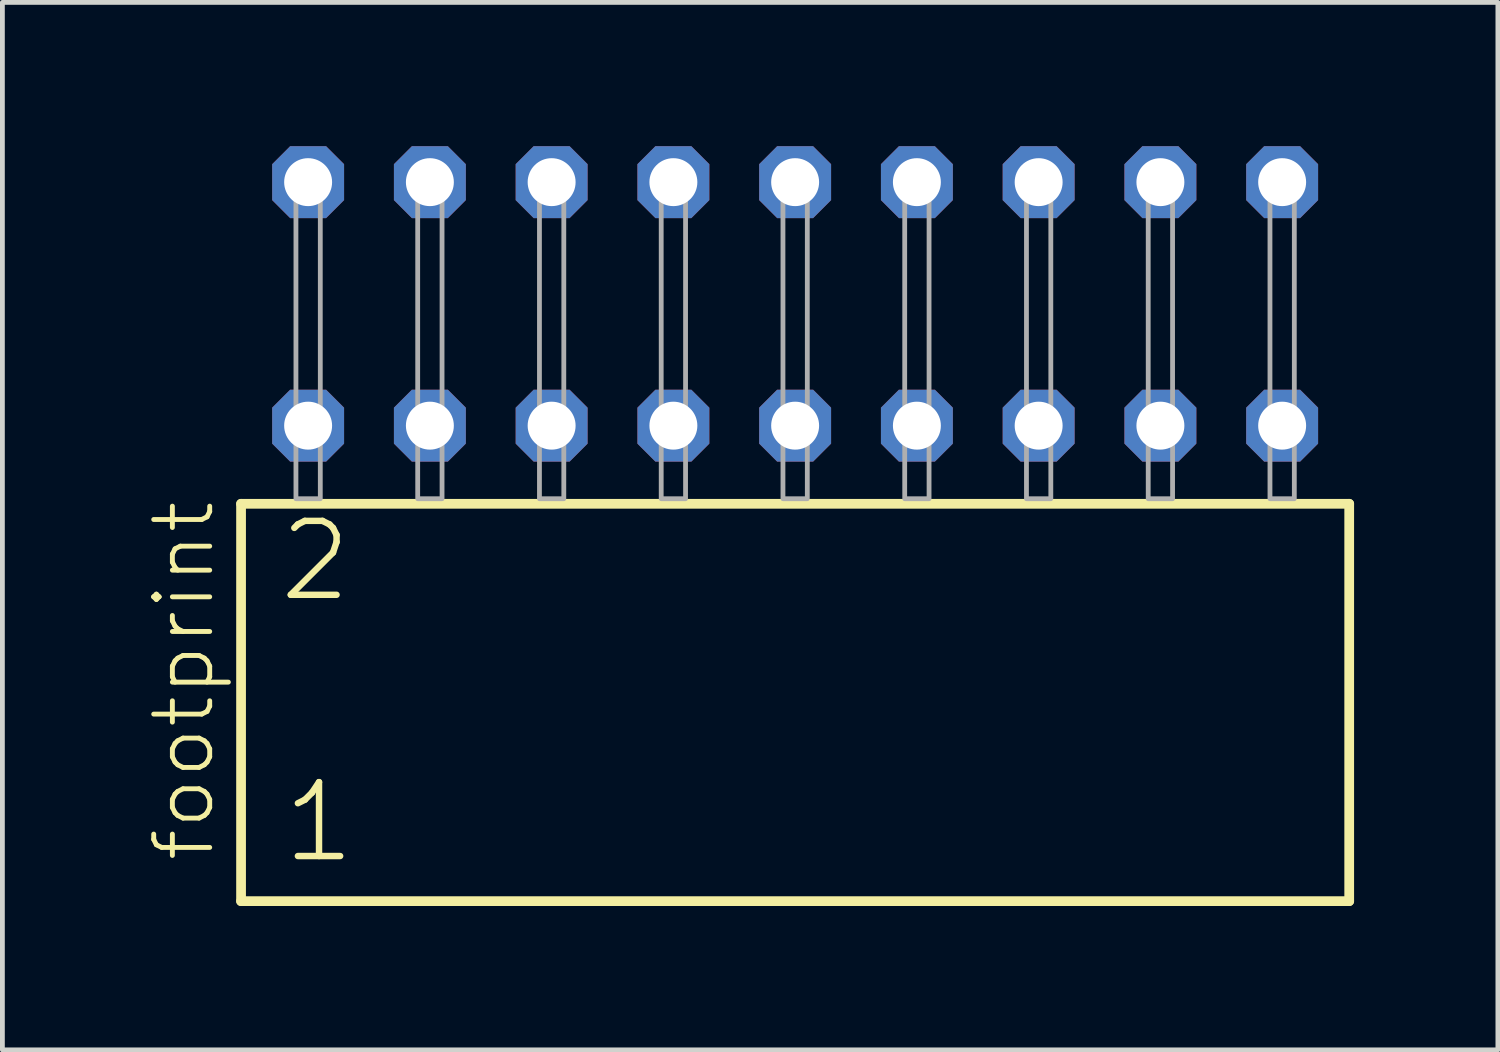
<source format=kicad_pcb>
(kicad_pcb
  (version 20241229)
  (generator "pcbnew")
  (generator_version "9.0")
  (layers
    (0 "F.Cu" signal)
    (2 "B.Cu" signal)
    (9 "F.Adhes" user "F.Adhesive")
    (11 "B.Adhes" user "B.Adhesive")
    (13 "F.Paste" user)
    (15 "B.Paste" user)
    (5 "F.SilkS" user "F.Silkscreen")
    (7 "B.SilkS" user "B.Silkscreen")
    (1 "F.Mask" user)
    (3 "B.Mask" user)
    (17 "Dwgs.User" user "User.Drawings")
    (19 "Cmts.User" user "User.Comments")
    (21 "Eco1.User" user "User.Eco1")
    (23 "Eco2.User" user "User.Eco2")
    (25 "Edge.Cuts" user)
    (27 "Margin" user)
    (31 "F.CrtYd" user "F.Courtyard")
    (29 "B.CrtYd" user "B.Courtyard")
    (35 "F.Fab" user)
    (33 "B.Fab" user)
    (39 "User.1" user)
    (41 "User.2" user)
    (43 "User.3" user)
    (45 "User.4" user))
  (footprint "footprint"
    (layer "F.Cu")
    (at 13.538 7.354)
    (property "Reference" "footprint" (at -12.065 7.62 90) (layer "F.SilkS") (effects (font (size 1.168 1.168) (thickness 0.102)) (justify left bottom)))
    (fp_line (start -11.559 0.106) (end -11.559 8.396) (stroke (width 0.203) (type solid)) (layer "F.SilkS"))
    (fp_line (start -11.559 8.396) (end 11.559 8.396) (stroke (width 0.203) (type solid)) (layer "F.SilkS"))
    (fp_line (start 11.559 0.106) (end -11.559 0.106) (stroke (width 0.203) (type solid)) (layer "F.SilkS"))
    (fp_line (start 11.559 8.396) (end 11.559 0.106) (stroke (width 0.203) (type solid)) (layer "F.SilkS"))
    (fp_poly (pts (xy -10.414 0) (xy -9.906 0) (xy -9.906 -6.858) (xy -10.414 -6.858)) (stroke (width 0.1) (type solid)) (fill no) (layer "F.Fab"))
    (fp_poly (pts (xy -7.874 0) (xy -7.366 0) (xy -7.366 -6.858) (xy -7.874 -6.858)) (stroke (width 0.1) (type solid)) (fill no) (layer "F.Fab"))
    (fp_poly (pts (xy -5.334 0) (xy -4.826 0) (xy -4.826 -6.858) (xy -5.334 -6.858)) (stroke (width 0.1) (type solid)) (fill no) (layer "F.Fab"))
    (fp_poly (pts (xy -2.794 0) (xy -2.286 0) (xy -2.286 -6.858) (xy -2.794 -6.858)) (stroke (width 0.1) (type solid)) (fill no) (layer "F.Fab"))
    (fp_poly (pts (xy -0.254 0) (xy 0.254 0) (xy 0.254 -6.858) (xy -0.254 -6.858)) (stroke (width 0.1) (type solid)) (fill no) (layer "F.Fab"))
    (fp_poly (pts (xy 2.286 0) (xy 2.794 0) (xy 2.794 -6.858) (xy 2.286 -6.858)) (stroke (width 0.1) (type solid)) (fill no) (layer "F.Fab"))
    (fp_poly (pts (xy 4.826 0) (xy 5.334 0) (xy 5.334 -6.858) (xy 4.826 -6.858)) (stroke (width 0.1) (type solid)) (fill no) (layer "F.Fab"))
    (fp_poly (pts (xy 7.366 0) (xy 7.874 0) (xy 7.874 -6.858) (xy 7.366 -6.858)) (stroke (width 0.1) (type solid)) (fill no) (layer "F.Fab"))
    (fp_poly (pts (xy 9.906 0) (xy 10.414 0) (xy 10.414 -6.858) (xy 9.906 -6.858)) (stroke (width 0.1) (type solid)) (fill no) (layer "F.Fab"))
    (fp_text user "1" (at -10.755 7.65 0) (layer "F.SilkS") (effects (font (size 1.542 1.542) (thickness 0.134)) (justify left bottom)))
    (fp_text user "2" (at -10.83 2.2 0) (layer "F.SilkS") (effects (font (size 1.542 1.542) (thickness 0.134)) (justify left bottom)))
    (pad "1" thru_hole roundrect (at -10.16 -1.524) (size 1.5 1.5) (drill 1) (layers "*.Cu" "*.Mask") (roundrect_rratio 0.25) (chamfer_ratio 0.25) (chamfer top_left top_right bottom_left bottom_right))
    (pad "2" thru_hole roundrect (at -10.16 -6.604) (size 1.5 1.5) (drill 1) (layers "*.Cu" "*.Mask") (roundrect_rratio 0.25) (chamfer_ratio 0.25) (chamfer top_left top_right bottom_left bottom_right))
    (pad "3" thru_hole roundrect (at -7.62 -1.524) (size 1.5 1.5) (drill 1) (layers "*.Cu" "*.Mask") (roundrect_rratio 0.25) (chamfer_ratio 0.25) (chamfer top_left top_right bottom_left bottom_right))
    (pad "4" thru_hole roundrect (at -7.62 -6.604) (size 1.5 1.5) (drill 1) (layers "*.Cu" "*.Mask") (roundrect_rratio 0.25) (chamfer_ratio 0.25) (chamfer top_left top_right bottom_left bottom_right))
    (pad "5" thru_hole roundrect (at -5.08 -1.524) (size 1.5 1.5) (drill 1) (layers "*.Cu" "*.Mask") (roundrect_rratio 0.25) (chamfer_ratio 0.25) (chamfer top_left top_right bottom_left bottom_right))
    (pad "6" thru_hole roundrect (at -5.08 -6.604) (size 1.5 1.5) (drill 1) (layers "*.Cu" "*.Mask") (roundrect_rratio 0.25) (chamfer_ratio 0.25) (chamfer top_left top_right bottom_left bottom_right))
    (pad "7" thru_hole roundrect (at -2.54 -1.524) (size 1.5 1.5) (drill 1) (layers "*.Cu" "*.Mask") (roundrect_rratio 0.25) (chamfer_ratio 0.25) (chamfer top_left top_right bottom_left bottom_right))
    (pad "8" thru_hole roundrect (at -2.54 -6.604) (size 1.5 1.5) (drill 1) (layers "*.Cu" "*.Mask") (roundrect_rratio 0.25) (chamfer_ratio 0.25) (chamfer top_left top_right bottom_left bottom_right))
    (pad "9" thru_hole roundrect (at 0 -1.524) (size 1.5 1.5) (drill 1) (layers "*.Cu" "*.Mask") (roundrect_rratio 0.25) (chamfer_ratio 0.25) (chamfer top_left top_right bottom_left bottom_right))
    (pad "10" thru_hole roundrect (at 0 -6.604) (size 1.5 1.5) (drill 1) (layers "*.Cu" "*.Mask") (roundrect_rratio 0.25) (chamfer_ratio 0.25) (chamfer top_left top_right bottom_left bottom_right))
    (pad "11" thru_hole roundrect (at 2.54 -1.524) (size 1.5 1.5) (drill 1) (layers "*.Cu" "*.Mask") (roundrect_rratio 0.25) (chamfer_ratio 0.25) (chamfer top_left top_right bottom_left bottom_right))
    (pad "12" thru_hole roundrect (at 2.54 -6.604) (size 1.5 1.5) (drill 1) (layers "*.Cu" "*.Mask") (roundrect_rratio 0.25) (chamfer_ratio 0.25) (chamfer top_left top_right bottom_left bottom_right))
    (pad "13" thru_hole roundrect (at 5.08 -1.524) (size 1.5 1.5) (drill 1) (layers "*.Cu" "*.Mask") (roundrect_rratio 0.25) (chamfer_ratio 0.25) (chamfer top_left top_right bottom_left bottom_right))
    (pad "14" thru_hole roundrect (at 5.08 -6.604) (size 1.5 1.5) (drill 1) (layers "*.Cu" "*.Mask") (roundrect_rratio 0.25) (chamfer_ratio 0.25) (chamfer top_left top_right bottom_left bottom_right))
    (pad "15" thru_hole roundrect (at 7.62 -1.524) (size 1.5 1.5) (drill 1) (layers "*.Cu" "*.Mask") (roundrect_rratio 0.25) (chamfer_ratio 0.25) (chamfer top_left top_right bottom_left bottom_right))
    (pad "16" thru_hole roundrect (at 7.62 -6.604) (size 1.5 1.5) (drill 1) (layers "*.Cu" "*.Mask") (roundrect_rratio 0.25) (chamfer_ratio 0.25) (chamfer top_left top_right bottom_left bottom_right))
    (pad "17" thru_hole roundrect (at 10.16 -1.524) (size 1.5 1.5) (drill 1) (layers "*.Cu" "*.Mask") (roundrect_rratio 0.25) (chamfer_ratio 0.25) (chamfer top_left top_right bottom_left bottom_right))
    (pad "18" thru_hole roundrect (at 10.16 -6.604) (size 1.5 1.5) (drill 1) (layers "*.Cu" "*.Mask") (roundrect_rratio 0.25) (chamfer_ratio 0.25) (chamfer top_left top_right bottom_left bottom_right)))
  (gr_rect
    (start -3 -3)
    (end 28.199 18.852)
    (stroke (width 0.1) (type default))
    (fill no)
    (layer "Edge.Cuts")))
</source>
